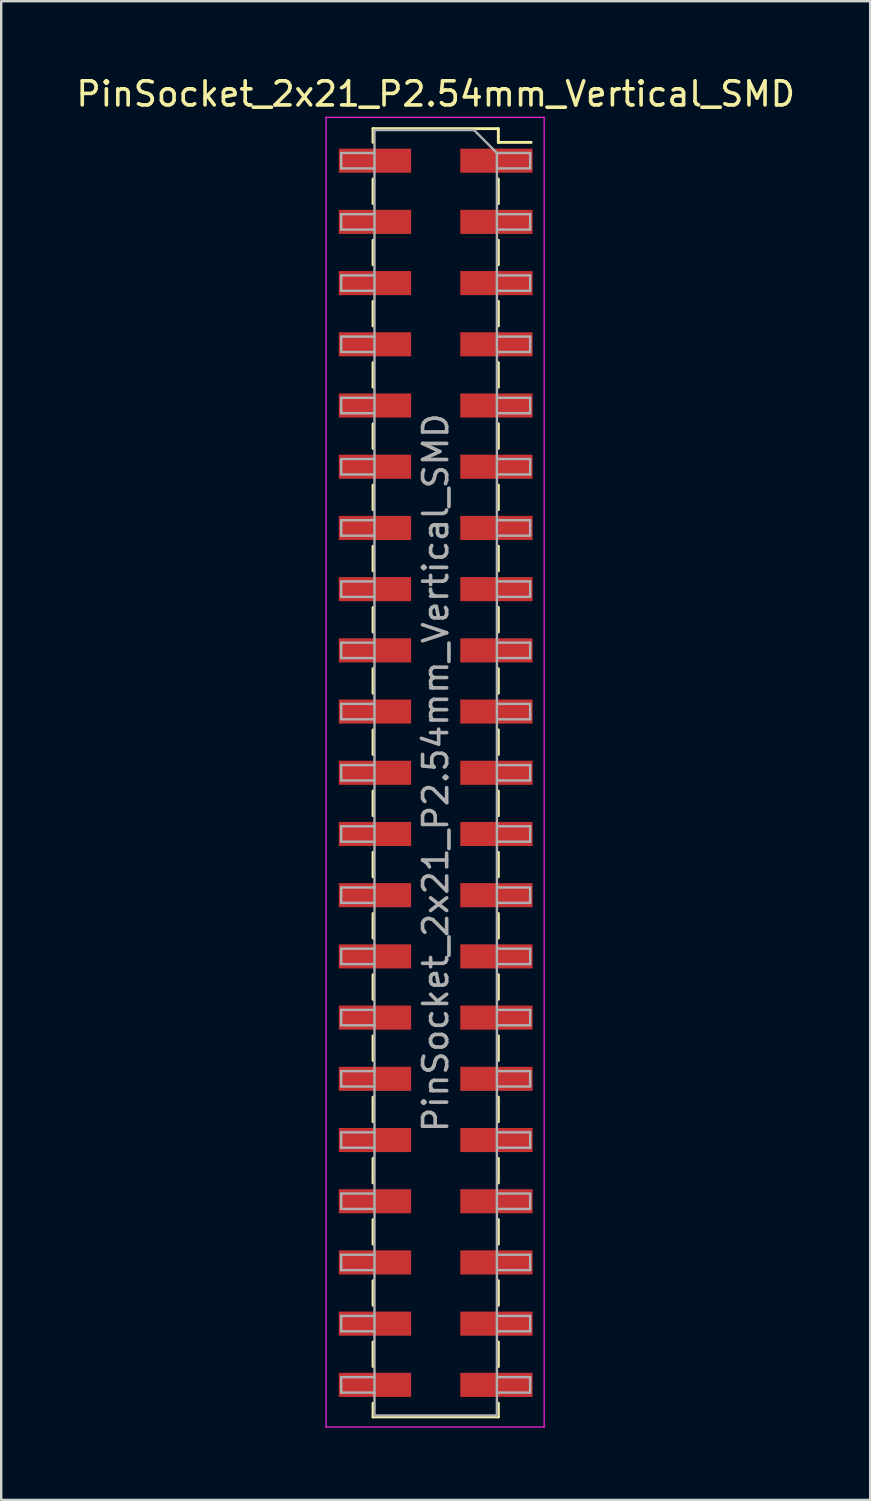
<source format=kicad_pcb>
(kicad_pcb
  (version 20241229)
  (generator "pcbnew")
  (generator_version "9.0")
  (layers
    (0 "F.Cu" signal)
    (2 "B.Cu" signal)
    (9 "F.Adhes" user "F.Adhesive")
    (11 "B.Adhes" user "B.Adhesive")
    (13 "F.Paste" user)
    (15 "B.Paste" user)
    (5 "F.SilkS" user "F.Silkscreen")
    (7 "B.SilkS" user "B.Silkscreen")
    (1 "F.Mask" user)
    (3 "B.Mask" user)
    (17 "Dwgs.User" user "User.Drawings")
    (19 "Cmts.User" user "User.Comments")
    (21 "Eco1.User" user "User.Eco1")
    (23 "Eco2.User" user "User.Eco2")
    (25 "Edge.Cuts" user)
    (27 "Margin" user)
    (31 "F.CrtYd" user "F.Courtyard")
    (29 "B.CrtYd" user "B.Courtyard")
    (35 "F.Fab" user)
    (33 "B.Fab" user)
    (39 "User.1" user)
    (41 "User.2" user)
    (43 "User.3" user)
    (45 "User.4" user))
  (footprint "PinSocket_2x21_P2.54mm_Vertical_SMD"
    (layer "F.Cu")
    (at 15.03 29.018)
    (property "Reference" "PinSocket_2x21_P2.54mm_Vertical_SMD" (at 0 -28.17 0) (layer "F.SilkS") (effects (font (size 1 1) (thickness 0.15))))
    (attr smd)
    (fp_line (start -2.6 -26.73) (end -2.6 -26.16) (stroke (width 0.12) (type solid)) (layer "F.SilkS"))
    (fp_line (start -2.6 -26.73) (end 2.6 -26.73) (stroke (width 0.12) (type solid)) (layer "F.SilkS"))
    (fp_line (start -2.6 -24.64) (end -2.6 -23.62) (stroke (width 0.12) (type solid)) (layer "F.SilkS"))
    (fp_line (start -2.6 -22.1) (end -2.6 -21.08) (stroke (width 0.12) (type solid)) (layer "F.SilkS"))
    (fp_line (start -2.6 -19.56) (end -2.6 -18.54) (stroke (width 0.12) (type solid)) (layer "F.SilkS"))
    (fp_line (start -2.6 -17.02) (end -2.6 -16) (stroke (width 0.12) (type solid)) (layer "F.SilkS"))
    (fp_line (start -2.6 -14.48) (end -2.6 -13.46) (stroke (width 0.12) (type solid)) (layer "F.SilkS"))
    (fp_line (start -2.6 -11.94) (end -2.6 -10.92) (stroke (width 0.12) (type solid)) (layer "F.SilkS"))
    (fp_line (start -2.6 -9.4) (end -2.6 -8.38) (stroke (width 0.12) (type solid)) (layer "F.SilkS"))
    (fp_line (start -2.6 -6.86) (end -2.6 -5.84) (stroke (width 0.12) (type solid)) (layer "F.SilkS"))
    (fp_line (start -2.6 -4.32) (end -2.6 -3.3) (stroke (width 0.12) (type solid)) (layer "F.SilkS"))
    (fp_line (start -2.6 -1.78) (end -2.6 -0.76) (stroke (width 0.12) (type solid)) (layer "F.SilkS"))
    (fp_line (start -2.6 0.76) (end -2.6 1.78) (stroke (width 0.12) (type solid)) (layer "F.SilkS"))
    (fp_line (start -2.6 3.3) (end -2.6 4.32) (stroke (width 0.12) (type solid)) (layer "F.SilkS"))
    (fp_line (start -2.6 5.84) (end -2.6 6.86) (stroke (width 0.12) (type solid)) (layer "F.SilkS"))
    (fp_line (start -2.6 8.38) (end -2.6 9.4) (stroke (width 0.12) (type solid)) (layer "F.SilkS"))
    (fp_line (start -2.6 10.92) (end -2.6 11.94) (stroke (width 0.12) (type solid)) (layer "F.SilkS"))
    (fp_line (start -2.6 13.46) (end -2.6 14.48) (stroke (width 0.12) (type solid)) (layer "F.SilkS"))
    (fp_line (start -2.6 16) (end -2.6 17.02) (stroke (width 0.12) (type solid)) (layer "F.SilkS"))
    (fp_line (start -2.6 18.54) (end -2.6 19.56) (stroke (width 0.12) (type solid)) (layer "F.SilkS"))
    (fp_line (start -2.6 21.08) (end -2.6 22.1) (stroke (width 0.12) (type solid)) (layer "F.SilkS"))
    (fp_line (start -2.6 23.62) (end -2.6 24.64) (stroke (width 0.12) (type solid)) (layer "F.SilkS"))
    (fp_line (start -2.6 26.16) (end -2.6 26.73) (stroke (width 0.12) (type solid)) (layer "F.SilkS"))
    (fp_line (start -2.6 26.73) (end 2.6 26.73) (stroke (width 0.12) (type solid)) (layer "F.SilkS"))
    (fp_line (start 2.6 -26.73) (end 2.6 -26.16) (stroke (width 0.12) (type solid)) (layer "F.SilkS"))
    (fp_line (start 2.6 -26.16) (end 3.96 -26.16) (stroke (width 0.12) (type solid)) (layer "F.SilkS"))
    (fp_line (start 2.6 -24.64) (end 2.6 -23.62) (stroke (width 0.12) (type solid)) (layer "F.SilkS"))
    (fp_line (start 2.6 -22.1) (end 2.6 -21.08) (stroke (width 0.12) (type solid)) (layer "F.SilkS"))
    (fp_line (start 2.6 -19.56) (end 2.6 -18.54) (stroke (width 0.12) (type solid)) (layer "F.SilkS"))
    (fp_line (start 2.6 -17.02) (end 2.6 -16) (stroke (width 0.12) (type solid)) (layer "F.SilkS"))
    (fp_line (start 2.6 -14.48) (end 2.6 -13.46) (stroke (width 0.12) (type solid)) (layer "F.SilkS"))
    (fp_line (start 2.6 -11.94) (end 2.6 -10.92) (stroke (width 0.12) (type solid)) (layer "F.SilkS"))
    (fp_line (start 2.6 -9.4) (end 2.6 -8.38) (stroke (width 0.12) (type solid)) (layer "F.SilkS"))
    (fp_line (start 2.6 -6.86) (end 2.6 -5.84) (stroke (width 0.12) (type solid)) (layer "F.SilkS"))
    (fp_line (start 2.6 -4.32) (end 2.6 -3.3) (stroke (width 0.12) (type solid)) (layer "F.SilkS"))
    (fp_line (start 2.6 -1.78) (end 2.6 -0.76) (stroke (width 0.12) (type solid)) (layer "F.SilkS"))
    (fp_line (start 2.6 0.76) (end 2.6 1.78) (stroke (width 0.12) (type solid)) (layer "F.SilkS"))
    (fp_line (start 2.6 3.3) (end 2.6 4.32) (stroke (width 0.12) (type solid)) (layer "F.SilkS"))
    (fp_line (start 2.6 5.84) (end 2.6 6.86) (stroke (width 0.12) (type solid)) (layer "F.SilkS"))
    (fp_line (start 2.6 8.38) (end 2.6 9.4) (stroke (width 0.12) (type solid)) (layer "F.SilkS"))
    (fp_line (start 2.6 10.92) (end 2.6 11.94) (stroke (width 0.12) (type solid)) (layer "F.SilkS"))
    (fp_line (start 2.6 13.46) (end 2.6 14.48) (stroke (width 0.12) (type solid)) (layer "F.SilkS"))
    (fp_line (start 2.6 16) (end 2.6 17.02) (stroke (width 0.12) (type solid)) (layer "F.SilkS"))
    (fp_line (start 2.6 18.54) (end 2.6 19.56) (stroke (width 0.12) (type solid)) (layer "F.SilkS"))
    (fp_line (start 2.6 21.08) (end 2.6 22.1) (stroke (width 0.12) (type solid)) (layer "F.SilkS"))
    (fp_line (start 2.6 23.62) (end 2.6 24.64) (stroke (width 0.12) (type solid)) (layer "F.SilkS"))
    (fp_line (start 2.6 26.16) (end 2.6 26.73) (stroke (width 0.12) (type solid)) (layer "F.SilkS"))
    (fp_line (start -4.55 -27.2) (end 4.5 -27.2) (stroke (width 0.05) (type solid)) (layer "F.CrtYd"))
    (fp_line (start -4.55 27.15) (end -4.55 -27.2) (stroke (width 0.05) (type solid)) (layer "F.CrtYd"))
    (fp_line (start 4.5 -27.2) (end 4.5 27.15) (stroke (width 0.05) (type solid)) (layer "F.CrtYd"))
    (fp_line (start 4.5 27.15) (end -4.55 27.15) (stroke (width 0.05) (type solid)) (layer "F.CrtYd"))
    (fp_line (start -3.92 -25.72) (end -2.54 -25.72) (stroke (width 0.1) (type solid)) (layer "F.Fab"))
    (fp_line (start -3.92 -25.08) (end -3.92 -25.72) (stroke (width 0.1) (type solid)) (layer "F.Fab"))
    (fp_line (start -3.92 -23.18) (end -2.54 -23.18) (stroke (width 0.1) (type solid)) (layer "F.Fab"))
    (fp_line (start -3.92 -22.54) (end -3.92 -23.18) (stroke (width 0.1) (type solid)) (layer "F.Fab"))
    (fp_line (start -3.92 -20.64) (end -2.54 -20.64) (stroke (width 0.1) (type solid)) (layer "F.Fab"))
    (fp_line (start -3.92 -20) (end -3.92 -20.64) (stroke (width 0.1) (type solid)) (layer "F.Fab"))
    (fp_line (start -3.92 -18.1) (end -2.54 -18.1) (stroke (width 0.1) (type solid)) (layer "F.Fab"))
    (fp_line (start -3.92 -17.46) (end -3.92 -18.1) (stroke (width 0.1) (type solid)) (layer "F.Fab"))
    (fp_line (start -3.92 -15.56) (end -2.54 -15.56) (stroke (width 0.1) (type solid)) (layer "F.Fab"))
    (fp_line (start -3.92 -14.92) (end -3.92 -15.56) (stroke (width 0.1) (type solid)) (layer "F.Fab"))
    (fp_line (start -3.92 -13.02) (end -2.54 -13.02) (stroke (width 0.1) (type solid)) (layer "F.Fab"))
    (fp_line (start -3.92 -12.38) (end -3.92 -13.02) (stroke (width 0.1) (type solid)) (layer "F.Fab"))
    (fp_line (start -3.92 -10.48) (end -2.54 -10.48) (stroke (width 0.1) (type solid)) (layer "F.Fab"))
    (fp_line (start -3.92 -9.84) (end -3.92 -10.48) (stroke (width 0.1) (type solid)) (layer "F.Fab"))
    (fp_line (start -3.92 -7.94) (end -2.54 -7.94) (stroke (width 0.1) (type solid)) (layer "F.Fab"))
    (fp_line (start -3.92 -7.3) (end -3.92 -7.94) (stroke (width 0.1) (type solid)) (layer "F.Fab"))
    (fp_line (start -3.92 -5.4) (end -2.54 -5.4) (stroke (width 0.1) (type solid)) (layer "F.Fab"))
    (fp_line (start -3.92 -4.76) (end -3.92 -5.4) (stroke (width 0.1) (type solid)) (layer "F.Fab"))
    (fp_line (start -3.92 -2.86) (end -2.54 -2.86) (stroke (width 0.1) (type solid)) (layer "F.Fab"))
    (fp_line (start -3.92 -2.22) (end -3.92 -2.86) (stroke (width 0.1) (type solid)) (layer "F.Fab"))
    (fp_line (start -3.92 -0.32) (end -2.54 -0.32) (stroke (width 0.1) (type solid)) (layer "F.Fab"))
    (fp_line (start -3.92 0.32) (end -3.92 -0.32) (stroke (width 0.1) (type solid)) (layer "F.Fab"))
    (fp_line (start -3.92 2.22) (end -2.54 2.22) (stroke (width 0.1) (type solid)) (layer "F.Fab"))
    (fp_line (start -3.92 2.86) (end -3.92 2.22) (stroke (width 0.1) (type solid)) (layer "F.Fab"))
    (fp_line (start -3.92 4.76) (end -2.54 4.76) (stroke (width 0.1) (type solid)) (layer "F.Fab"))
    (fp_line (start -3.92 5.4) (end -3.92 4.76) (stroke (width 0.1) (type solid)) (layer "F.Fab"))
    (fp_line (start -3.92 7.3) (end -2.54 7.3) (stroke (width 0.1) (type solid)) (layer "F.Fab"))
    (fp_line (start -3.92 7.94) (end -3.92 7.3) (stroke (width 0.1) (type solid)) (layer "F.Fab"))
    (fp_line (start -3.92 9.84) (end -2.54 9.84) (stroke (width 0.1) (type solid)) (layer "F.Fab"))
    (fp_line (start -3.92 10.48) (end -3.92 9.84) (stroke (width 0.1) (type solid)) (layer "F.Fab"))
    (fp_line (start -3.92 12.38) (end -2.54 12.38) (stroke (width 0.1) (type solid)) (layer "F.Fab"))
    (fp_line (start -3.92 13.02) (end -3.92 12.38) (stroke (width 0.1) (type solid)) (layer "F.Fab"))
    (fp_line (start -3.92 14.92) (end -2.54 14.92) (stroke (width 0.1) (type solid)) (layer "F.Fab"))
    (fp_line (start -3.92 15.56) (end -3.92 14.92) (stroke (width 0.1) (type solid)) (layer "F.Fab"))
    (fp_line (start -3.92 17.46) (end -2.54 17.46) (stroke (width 0.1) (type solid)) (layer "F.Fab"))
    (fp_line (start -3.92 18.1) (end -3.92 17.46) (stroke (width 0.1) (type solid)) (layer "F.Fab"))
    (fp_line (start -3.92 20) (end -2.54 20) (stroke (width 0.1) (type solid)) (layer "F.Fab"))
    (fp_line (start -3.92 20.64) (end -3.92 20) (stroke (width 0.1) (type solid)) (layer "F.Fab"))
    (fp_line (start -3.92 22.54) (end -2.54 22.54) (stroke (width 0.1) (type solid)) (layer "F.Fab"))
    (fp_line (start -3.92 23.18) (end -3.92 22.54) (stroke (width 0.1) (type solid)) (layer "F.Fab"))
    (fp_line (start -3.92 25.08) (end -2.54 25.08) (stroke (width 0.1) (type solid)) (layer "F.Fab"))
    (fp_line (start -3.92 25.72) (end -3.92 25.08) (stroke (width 0.1) (type solid)) (layer "F.Fab"))
    (fp_line (start -2.54 -26.67) (end 1.59 -26.67) (stroke (width 0.1) (type solid)) (layer "F.Fab"))
    (fp_line (start -2.54 -25.08) (end -3.92 -25.08) (stroke (width 0.1) (type solid)) (layer "F.Fab"))
    (fp_line (start -2.54 -22.54) (end -3.92 -22.54) (stroke (width 0.1) (type solid)) (layer "F.Fab"))
    (fp_line (start -2.54 -20) (end -3.92 -20) (stroke (width 0.1) (type solid)) (layer "F.Fab"))
    (fp_line (start -2.54 -17.46) (end -3.92 -17.46) (stroke (width 0.1) (type solid)) (layer "F.Fab"))
    (fp_line (start -2.54 -14.92) (end -3.92 -14.92) (stroke (width 0.1) (type solid)) (layer "F.Fab"))
    (fp_line (start -2.54 -12.38) (end -3.92 -12.38) (stroke (width 0.1) (type solid)) (layer "F.Fab"))
    (fp_line (start -2.54 -9.84) (end -3.92 -9.84) (stroke (width 0.1) (type solid)) (layer "F.Fab"))
    (fp_line (start -2.54 -7.3) (end -3.92 -7.3) (stroke (width 0.1) (type solid)) (layer "F.Fab"))
    (fp_line (start -2.54 -4.76) (end -3.92 -4.76) (stroke (width 0.1) (type solid)) (layer "F.Fab"))
    (fp_line (start -2.54 -2.22) (end -3.92 -2.22) (stroke (width 0.1) (type solid)) (layer "F.Fab"))
    (fp_line (start -2.54 0.32) (end -3.92 0.32) (stroke (width 0.1) (type solid)) (layer "F.Fab"))
    (fp_line (start -2.54 2.86) (end -3.92 2.86) (stroke (width 0.1) (type solid)) (layer "F.Fab"))
    (fp_line (start -2.54 5.4) (end -3.92 5.4) (stroke (width 0.1) (type solid)) (layer "F.Fab"))
    (fp_line (start -2.54 7.94) (end -3.92 7.94) (stroke (width 0.1) (type solid)) (layer "F.Fab"))
    (fp_line (start -2.54 10.48) (end -3.92 10.48) (stroke (width 0.1) (type solid)) (layer "F.Fab"))
    (fp_line (start -2.54 13.02) (end -3.92 13.02) (stroke (width 0.1) (type solid)) (layer "F.Fab"))
    (fp_line (start -2.54 15.56) (end -3.92 15.56) (stroke (width 0.1) (type solid)) (layer "F.Fab"))
    (fp_line (start -2.54 18.1) (end -3.92 18.1) (stroke (width 0.1) (type solid)) (layer "F.Fab"))
    (fp_line (start -2.54 20.64) (end -3.92 20.64) (stroke (width 0.1) (type solid)) (layer "F.Fab"))
    (fp_line (start -2.54 23.18) (end -3.92 23.18) (stroke (width 0.1) (type solid)) (layer "F.Fab"))
    (fp_line (start -2.54 25.72) (end -3.92 25.72) (stroke (width 0.1) (type solid)) (layer "F.Fab"))
    (fp_line (start -2.54 26.67) (end -2.54 -26.67) (stroke (width 0.1) (type solid)) (layer "F.Fab"))
    (fp_line (start 1.59 -26.67) (end 2.54 -25.72) (stroke (width 0.1) (type solid)) (layer "F.Fab"))
    (fp_line (start 2.54 -25.72) (end 2.54 26.67) (stroke (width 0.1) (type solid)) (layer "F.Fab"))
    (fp_line (start 2.54 -25.72) (end 3.92 -25.72) (stroke (width 0.1) (type solid)) (layer "F.Fab"))
    (fp_line (start 2.54 -23.18) (end 3.92 -23.18) (stroke (width 0.1) (type solid)) (layer "F.Fab"))
    (fp_line (start 2.54 -20.64) (end 3.92 -20.64) (stroke (width 0.1) (type solid)) (layer "F.Fab"))
    (fp_line (start 2.54 -18.1) (end 3.92 -18.1) (stroke (width 0.1) (type solid)) (layer "F.Fab"))
    (fp_line (start 2.54 -15.56) (end 3.92 -15.56) (stroke (width 0.1) (type solid)) (layer "F.Fab"))
    (fp_line (start 2.54 -13.02) (end 3.92 -13.02) (stroke (width 0.1) (type solid)) (layer "F.Fab"))
    (fp_line (start 2.54 -10.48) (end 3.92 -10.48) (stroke (width 0.1) (type solid)) (layer "F.Fab"))
    (fp_line (start 2.54 -7.94) (end 3.92 -7.94) (stroke (width 0.1) (type solid)) (layer "F.Fab"))
    (fp_line (start 2.54 -5.4) (end 3.92 -5.4) (stroke (width 0.1) (type solid)) (layer "F.Fab"))
    (fp_line (start 2.54 -2.86) (end 3.92 -2.86) (stroke (width 0.1) (type solid)) (layer "F.Fab"))
    (fp_line (start 2.54 -0.32) (end 3.92 -0.32) (stroke (width 0.1) (type solid)) (layer "F.Fab"))
    (fp_line (start 2.54 2.22) (end 3.92 2.22) (stroke (width 0.1) (type solid)) (layer "F.Fab"))
    (fp_line (start 2.54 4.76) (end 3.92 4.76) (stroke (width 0.1) (type solid)) (layer "F.Fab"))
    (fp_line (start 2.54 7.3) (end 3.92 7.3) (stroke (width 0.1) (type solid)) (layer "F.Fab"))
    (fp_line (start 2.54 9.84) (end 3.92 9.84) (stroke (width 0.1) (type solid)) (layer "F.Fab"))
    (fp_line (start 2.54 12.38) (end 3.92 12.38) (stroke (width 0.1) (type solid)) (layer "F.Fab"))
    (fp_line (start 2.54 14.92) (end 3.92 14.92) (stroke (width 0.1) (type solid)) (layer "F.Fab"))
    (fp_line (start 2.54 17.46) (end 3.92 17.46) (stroke (width 0.1) (type solid)) (layer "F.Fab"))
    (fp_line (start 2.54 20) (end 3.92 20) (stroke (width 0.1) (type solid)) (layer "F.Fab"))
    (fp_line (start 2.54 22.54) (end 3.92 22.54) (stroke (width 0.1) (type solid)) (layer "F.Fab"))
    (fp_line (start 2.54 25.08) (end 3.92 25.08) (stroke (width 0.1) (type solid)) (layer "F.Fab"))
    (fp_line (start 2.54 26.67) (end -2.54 26.67) (stroke (width 0.1) (type solid)) (layer "F.Fab"))
    (fp_line (start 3.92 -25.72) (end 3.92 -25.08) (stroke (width 0.1) (type solid)) (layer "F.Fab"))
    (fp_line (start 3.92 -25.08) (end 2.54 -25.08) (stroke (width 0.1) (type solid)) (layer "F.Fab"))
    (fp_line (start 3.92 -23.18) (end 3.92 -22.54) (stroke (width 0.1) (type solid)) (layer "F.Fab"))
    (fp_line (start 3.92 -22.54) (end 2.54 -22.54) (stroke (width 0.1) (type solid)) (layer "F.Fab"))
    (fp_line (start 3.92 -20.64) (end 3.92 -20) (stroke (width 0.1) (type solid)) (layer "F.Fab"))
    (fp_line (start 3.92 -20) (end 2.54 -20) (stroke (width 0.1) (type solid)) (layer "F.Fab"))
    (fp_line (start 3.92 -18.1) (end 3.92 -17.46) (stroke (width 0.1) (type solid)) (layer "F.Fab"))
    (fp_line (start 3.92 -17.46) (end 2.54 -17.46) (stroke (width 0.1) (type solid)) (layer "F.Fab"))
    (fp_line (start 3.92 -15.56) (end 3.92 -14.92) (stroke (width 0.1) (type solid)) (layer "F.Fab"))
    (fp_line (start 3.92 -14.92) (end 2.54 -14.92) (stroke (width 0.1) (type solid)) (layer "F.Fab"))
    (fp_line (start 3.92 -13.02) (end 3.92 -12.38) (stroke (width 0.1) (type solid)) (layer "F.Fab"))
    (fp_line (start 3.92 -12.38) (end 2.54 -12.38) (stroke (width 0.1) (type solid)) (layer "F.Fab"))
    (fp_line (start 3.92 -10.48) (end 3.92 -9.84) (stroke (width 0.1) (type solid)) (layer "F.Fab"))
    (fp_line (start 3.92 -9.84) (end 2.54 -9.84) (stroke (width 0.1) (type solid)) (layer "F.Fab"))
    (fp_line (start 3.92 -7.94) (end 3.92 -7.3) (stroke (width 0.1) (type solid)) (layer "F.Fab"))
    (fp_line (start 3.92 -7.3) (end 2.54 -7.3) (stroke (width 0.1) (type solid)) (layer "F.Fab"))
    (fp_line (start 3.92 -5.4) (end 3.92 -4.76) (stroke (width 0.1) (type solid)) (layer "F.Fab"))
    (fp_line (start 3.92 -4.76) (end 2.54 -4.76) (stroke (width 0.1) (type solid)) (layer "F.Fab"))
    (fp_line (start 3.92 -2.86) (end 3.92 -2.22) (stroke (width 0.1) (type solid)) (layer "F.Fab"))
    (fp_line (start 3.92 -2.22) (end 2.54 -2.22) (stroke (width 0.1) (type solid)) (layer "F.Fab"))
    (fp_line (start 3.92 -0.32) (end 3.92 0.32) (stroke (width 0.1) (type solid)) (layer "F.Fab"))
    (fp_line (start 3.92 0.32) (end 2.54 0.32) (stroke (width 0.1) (type solid)) (layer "F.Fab"))
    (fp_line (start 3.92 2.22) (end 3.92 2.86) (stroke (width 0.1) (type solid)) (layer "F.Fab"))
    (fp_line (start 3.92 2.86) (end 2.54 2.86) (stroke (width 0.1) (type solid)) (layer "F.Fab"))
    (fp_line (start 3.92 4.76) (end 3.92 5.4) (stroke (width 0.1) (type solid)) (layer "F.Fab"))
    (fp_line (start 3.92 5.4) (end 2.54 5.4) (stroke (width 0.1) (type solid)) (layer "F.Fab"))
    (fp_line (start 3.92 7.3) (end 3.92 7.94) (stroke (width 0.1) (type solid)) (layer "F.Fab"))
    (fp_line (start 3.92 7.94) (end 2.54 7.94) (stroke (width 0.1) (type solid)) (layer "F.Fab"))
    (fp_line (start 3.92 9.84) (end 3.92 10.48) (stroke (width 0.1) (type solid)) (layer "F.Fab"))
    (fp_line (start 3.92 10.48) (end 2.54 10.48) (stroke (width 0.1) (type solid)) (layer "F.Fab"))
    (fp_line (start 3.92 12.38) (end 3.92 13.02) (stroke (width 0.1) (type solid)) (layer "F.Fab"))
    (fp_line (start 3.92 13.02) (end 2.54 13.02) (stroke (width 0.1) (type solid)) (layer "F.Fab"))
    (fp_line (start 3.92 14.92) (end 3.92 15.56) (stroke (width 0.1) (type solid)) (layer "F.Fab"))
    (fp_line (start 3.92 15.56) (end 2.54 15.56) (stroke (width 0.1) (type solid)) (layer "F.Fab"))
    (fp_line (start 3.92 17.46) (end 3.92 18.1) (stroke (width 0.1) (type solid)) (layer "F.Fab"))
    (fp_line (start 3.92 18.1) (end 2.54 18.1) (stroke (width 0.1) (type solid)) (layer "F.Fab"))
    (fp_line (start 3.92 20) (end 3.92 20.64) (stroke (width 0.1) (type solid)) (layer "F.Fab"))
    (fp_line (start 3.92 20.64) (end 2.54 20.64) (stroke (width 0.1) (type solid)) (layer "F.Fab"))
    (fp_line (start 3.92 22.54) (end 3.92 23.18) (stroke (width 0.1) (type solid)) (layer "F.Fab"))
    (fp_line (start 3.92 23.18) (end 2.54 23.18) (stroke (width 0.1) (type solid)) (layer "F.Fab"))
    (fp_line (start 3.92 25.08) (end 3.92 25.72) (stroke (width 0.1) (type solid)) (layer "F.Fab"))
    (fp_line (start 3.92 25.72) (end 2.54 25.72) (stroke (width 0.1) (type solid)) (layer "F.Fab"))
    (fp_text user "${REFERENCE}" (at 0 0 90) (layer "F.Fab") (effects (font (size 1 1) (thickness 0.15))))
    (pad "1" smd rect (at 2.52 -25.4) (size 3 1) (layers "F.Cu" "F.Mask" "F.Paste"))
    (pad "2" smd rect (at -2.52 -25.4) (size 3 1) (layers "F.Cu" "F.Mask" "F.Paste"))
    (pad "3" smd rect (at 2.52 -22.86) (size 3 1) (layers "F.Cu" "F.Mask" "F.Paste"))
    (pad "4" smd rect (at -2.52 -22.86) (size 3 1) (layers "F.Cu" "F.Mask" "F.Paste"))
    (pad "5" smd rect (at 2.52 -20.32) (size 3 1) (layers "F.Cu" "F.Mask" "F.Paste"))
    (pad "6" smd rect (at -2.52 -20.32) (size 3 1) (layers "F.Cu" "F.Mask" "F.Paste"))
    (pad "7" smd rect (at 2.52 -17.78) (size 3 1) (layers "F.Cu" "F.Mask" "F.Paste"))
    (pad "8" smd rect (at -2.52 -17.78) (size 3 1) (layers "F.Cu" "F.Mask" "F.Paste"))
    (pad "9" smd rect (at 2.52 -15.24) (size 3 1) (layers "F.Cu" "F.Mask" "F.Paste"))
    (pad "10" smd rect (at -2.52 -15.24) (size 3 1) (layers "F.Cu" "F.Mask" "F.Paste"))
    (pad "11" smd rect (at 2.52 -12.7) (size 3 1) (layers "F.Cu" "F.Mask" "F.Paste"))
    (pad "12" smd rect (at -2.52 -12.7) (size 3 1) (layers "F.Cu" "F.Mask" "F.Paste"))
    (pad "13" smd rect (at 2.52 -10.16) (size 3 1) (layers "F.Cu" "F.Mask" "F.Paste"))
    (pad "14" smd rect (at -2.52 -10.16) (size 3 1) (layers "F.Cu" "F.Mask" "F.Paste"))
    (pad "15" smd rect (at 2.52 -7.62) (size 3 1) (layers "F.Cu" "F.Mask" "F.Paste"))
    (pad "16" smd rect (at -2.52 -7.62) (size 3 1) (layers "F.Cu" "F.Mask" "F.Paste"))
    (pad "17" smd rect (at 2.52 -5.08) (size 3 1) (layers "F.Cu" "F.Mask" "F.Paste"))
    (pad "18" smd rect (at -2.52 -5.08) (size 3 1) (layers "F.Cu" "F.Mask" "F.Paste"))
    (pad "19" smd rect (at 2.52 -2.54) (size 3 1) (layers "F.Cu" "F.Mask" "F.Paste"))
    (pad "20" smd rect (at -2.52 -2.54) (size 3 1) (layers "F.Cu" "F.Mask" "F.Paste"))
    (pad "21" smd rect (at 2.52 0) (size 3 1) (layers "F.Cu" "F.Mask" "F.Paste"))
    (pad "22" smd rect (at -2.52 0) (size 3 1) (layers "F.Cu" "F.Mask" "F.Paste"))
    (pad "23" smd rect (at 2.52 2.54) (size 3 1) (layers "F.Cu" "F.Mask" "F.Paste"))
    (pad "24" smd rect (at -2.52 2.54) (size 3 1) (layers "F.Cu" "F.Mask" "F.Paste"))
    (pad "25" smd rect (at 2.52 5.08) (size 3 1) (layers "F.Cu" "F.Mask" "F.Paste"))
    (pad "26" smd rect (at -2.52 5.08) (size 3 1) (layers "F.Cu" "F.Mask" "F.Paste"))
    (pad "27" smd rect (at 2.52 7.62) (size 3 1) (layers "F.Cu" "F.Mask" "F.Paste"))
    (pad "28" smd rect (at -2.52 7.62) (size 3 1) (layers "F.Cu" "F.Mask" "F.Paste"))
    (pad "29" smd rect (at 2.52 10.16) (size 3 1) (layers "F.Cu" "F.Mask" "F.Paste"))
    (pad "30" smd rect (at -2.52 10.16) (size 3 1) (layers "F.Cu" "F.Mask" "F.Paste"))
    (pad "31" smd rect (at 2.52 12.7) (size 3 1) (layers "F.Cu" "F.Mask" "F.Paste"))
    (pad "32" smd rect (at -2.52 12.7) (size 3 1) (layers "F.Cu" "F.Mask" "F.Paste"))
    (pad "33" smd rect (at 2.52 15.24) (size 3 1) (layers "F.Cu" "F.Mask" "F.Paste"))
    (pad "34" smd rect (at -2.52 15.24) (size 3 1) (layers "F.Cu" "F.Mask" "F.Paste"))
    (pad "35" smd rect (at 2.52 17.78) (size 3 1) (layers "F.Cu" "F.Mask" "F.Paste"))
    (pad "36" smd rect (at -2.52 17.78) (size 3 1) (layers "F.Cu" "F.Mask" "F.Paste"))
    (pad "37" smd rect (at 2.52 20.32) (size 3 1) (layers "F.Cu" "F.Mask" "F.Paste"))
    (pad "38" smd rect (at -2.52 20.32) (size 3 1) (layers "F.Cu" "F.Mask" "F.Paste"))
    (pad "39" smd rect (at 2.52 22.86) (size 3 1) (layers "F.Cu" "F.Mask" "F.Paste"))
    (pad "40" smd rect (at -2.52 22.86) (size 3 1) (layers "F.Cu" "F.Mask" "F.Paste"))
    (pad "41" smd rect (at 2.52 25.4) (size 3 1) (layers "F.Cu" "F.Mask" "F.Paste"))
    (pad "42" smd rect (at -2.52 25.4) (size 3 1) (layers "F.Cu" "F.Mask" "F.Paste")))
  (gr_rect
    (start -3 -3)
    (end 33.06 59.193)
    (stroke (width 0.1) (type default))
    (fill no)
    (layer "Edge.Cuts")))
</source>
